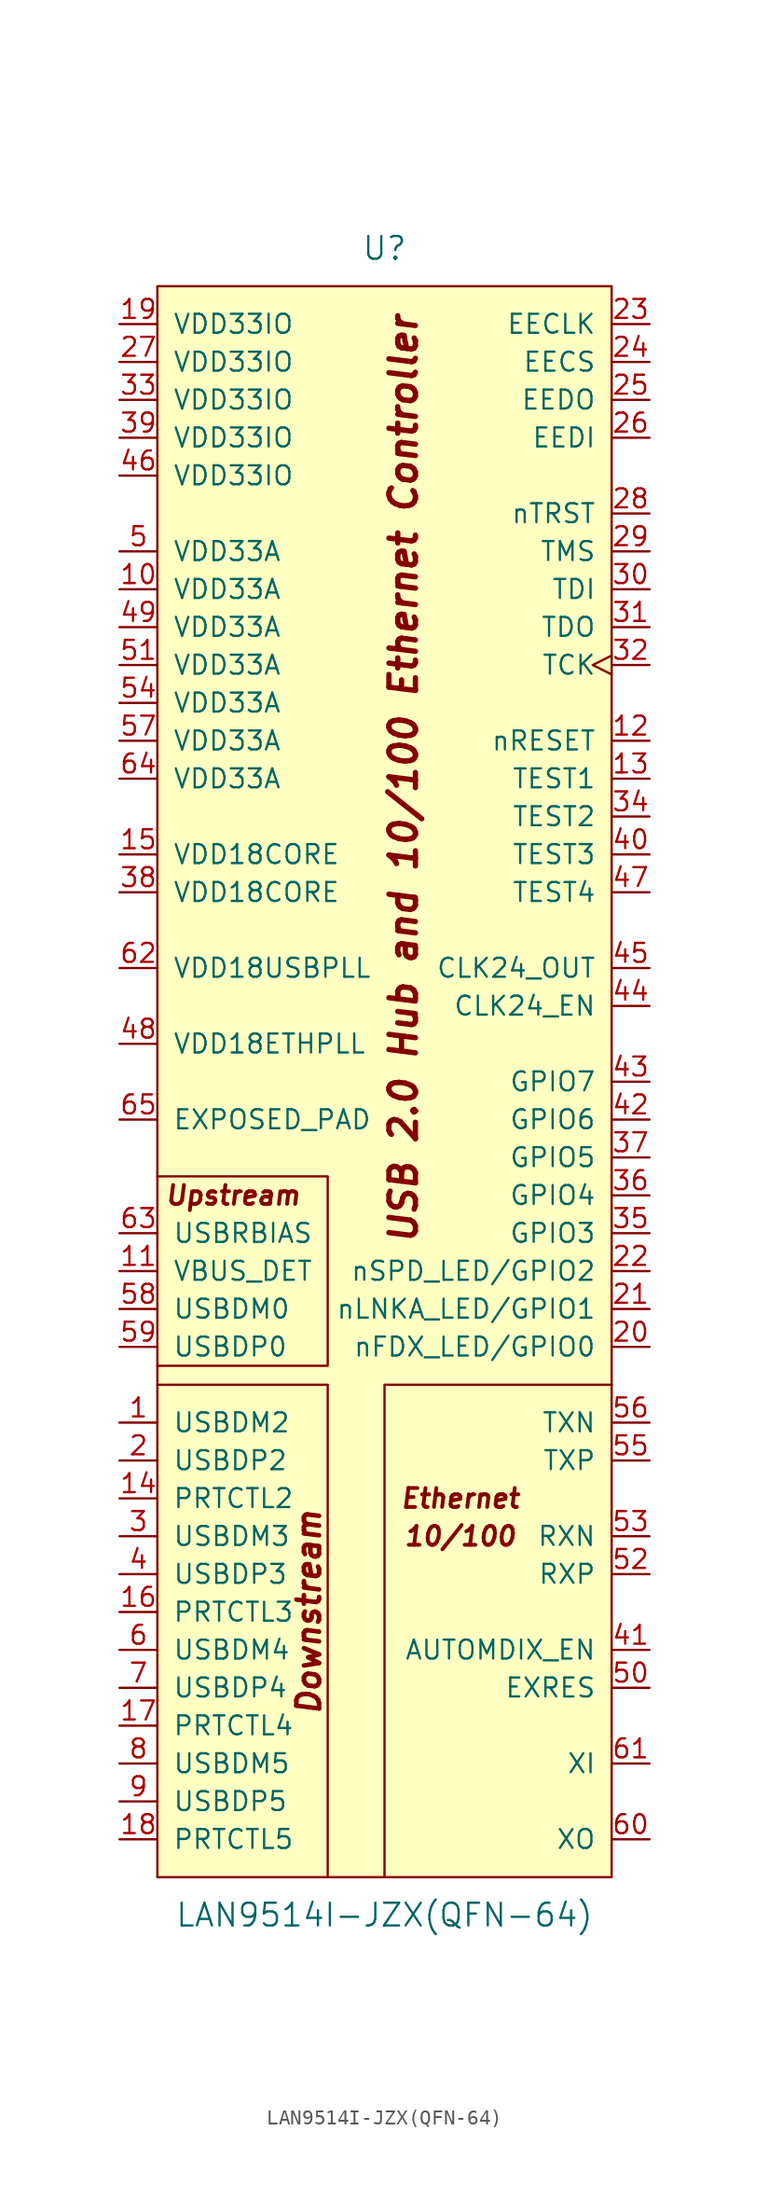
<source format=kicad_sym>
(kicad_symbol_lib
  (version 20220914)
  (generator kicad_symbol_editor)
  (symbol "LAN9514I-JZX(QFN-64)"
    (pin_names
      (offset 1.016))
    (property "Reference" "U"
      (at 0 55.88 0)
      (effects (font (size 1.524 1.524))))
    (property "Value" "LAN9514I-JZX(QFN-64)"
      (at 0 -55.88 0)
      (effects (font (size 1.524 1.524))))
    (symbol "LAN9514I-JZX(QFN-64)_0_0"
      (polyline (pts (xy -15.24 -20.32) (xy -3.81 -20.32) (xy -3.81 -53.34)) (stroke (width 0) (type solid)) (fill (type none)))
      (polyline (pts (xy 15.24 -20.32) (xy 0 -20.32) (xy 0 -53.34)) (stroke (width 0) (type solid)) (fill (type none)))
      (polyline (pts (xy -15.24 -6.35) (xy -5.08 -6.35) (xy -3.81 -6.35) (xy -3.81 -19.05) (xy -10.16 -19.05) (xy -15.24 -19.05)) (stroke (width 0) (type solid)) (fill (type none)))
      (text "10/100" (at 5.08 -30.48 0) (effects (font (size 1.27 1.27) bold italic)))
      (text "Ethernet" (at 5.08 -27.94 0) (effects (font (size 1.27 1.27) bold italic)))
      (text "Upstream" (at -10.16 -7.62 0) (effects (font (size 1.27 1.27) bold italic)))
      (text "USB 2.0 Hub and 10/100 Ethernet Controller" (at 1.27 20.32 900) (effects (font (size 1.778 1.778) bold italic))))
    (symbol "LAN9514I-JZX(QFN-64)_0_1"
      (rectangle (start -15.24 53.34) (end 15.24 -53.34) (stroke (width 0) (type solid)) (fill (type background))))
    (symbol "LAN9514I-JZX(QFN-64)_1_0"
      (text "Downstream" (at -5.08 -35.56 900) (effects (font (size 1.524 1.524) bold italic))))
    (symbol "LAN9514I-JZX(QFN-64)_1_1"
      (pin bidirectional line (at -17.78 -22.86 0) (length 2.54) (name "USBDM2" (effects (font (size 1.27 1.27)))) (number "1" (effects (font (size 1.27 1.27)))))
      (pin power_in line (at -17.78 33.02 0) (length 2.54) (name "VDD33A" (effects (font (size 1.27 1.27)))) (number "10" (effects (font (size 1.27 1.27)))))
      (pin input line (at -17.78 -12.7 0) (length 2.54) (name "VBUS_DET" (effects (font (size 1.27 1.27)))) (number "11" (effects (font (size 1.27 1.27)))))
      (pin input line (at 17.78 22.86 180) (length 2.54) (name "nRESET" (effects (font (size 1.27 1.27)))) (number "12" (effects (font (size 1.27 1.27)))))
      (pin input line (at 17.78 20.32 180) (length 2.54) (name "TEST1" (effects (font (size 1.27 1.27)))) (number "13" (effects (font (size 1.27 1.27)))))
      (pin bidirectional line (at -17.78 -27.94 0) (length 2.54) (name "PRTCTL2" (effects (font (size 1.27 1.27)))) (number "14" (effects (font (size 1.27 1.27)))))
      (pin passive line (at -17.78 15.24 0) (length 2.54) (name "VDD18CORE" (effects (font (size 1.27 1.27)))) (number "15" (effects (font (size 1.27 1.27)))))
      (pin bidirectional line (at -17.78 -35.56 0) (length 2.54) (name "PRTCTL3" (effects (font (size 1.27 1.27)))) (number "16" (effects (font (size 1.27 1.27)))))
      (pin bidirectional line (at -17.78 -43.18 0) (length 2.54) (name "PRTCTL4" (effects (font (size 1.27 1.27)))) (number "17" (effects (font (size 1.27 1.27)))))
      (pin bidirectional line (at -17.78 -50.8 0) (length 2.54) (name "PRTCTL5" (effects (font (size 1.27 1.27)))) (number "18" (effects (font (size 1.27 1.27)))))
      (pin power_in line (at -17.78 50.8 0) (length 2.54) (name "VDD33IO" (effects (font (size 1.27 1.27)))) (number "19" (effects (font (size 1.27 1.27)))))
      (pin bidirectional line (at -17.78 -25.4 0) (length 2.54) (name "USBDP2" (effects (font (size 1.27 1.27)))) (number "2" (effects (font (size 1.27 1.27)))))
      (pin bidirectional line (at 17.78 -17.78 180) (length 2.54) (name "nFDX_LED/GPIO0" (effects (font (size 1.27 1.27)))) (number "20" (effects (font (size 1.27 1.27)))))
      (pin bidirectional line (at 17.78 -15.24 180) (length 2.54) (name "nLNKA_LED/GPIO1" (effects (font (size 1.27 1.27)))) (number "21" (effects (font (size 1.27 1.27)))))
      (pin bidirectional line (at 17.78 -12.7 180) (length 2.54) (name "nSPD_LED/GPIO2" (effects (font (size 1.27 1.27)))) (number "22" (effects (font (size 1.27 1.27)))))
      (pin output line (at 17.78 50.8 180) (length 2.54) (name "EECLK" (effects (font (size 1.27 1.27)))) (number "23" (effects (font (size 1.27 1.27)))))
      (pin output line (at 17.78 48.26 180) (length 2.54) (name "EECS" (effects (font (size 1.27 1.27)))) (number "24" (effects (font (size 1.27 1.27)))))
      (pin output line (at 17.78 45.72 180) (length 2.54) (name "EEDO" (effects (font (size 1.27 1.27)))) (number "25" (effects (font (size 1.27 1.27)))))
      (pin input line (at 17.78 43.18 180) (length 2.54) (name "EEDI" (effects (font (size 1.27 1.27)))) (number "26" (effects (font (size 1.27 1.27)))))
      (pin power_in line (at -17.78 48.26 0) (length 2.54) (name "VDD33IO" (effects (font (size 1.27 1.27)))) (number "27" (effects (font (size 1.27 1.27)))))
      (pin input line (at 17.78 38.1 180) (length 2.54) (name "nTRST" (effects (font (size 1.27 1.27)))) (number "28" (effects (font (size 1.27 1.27)))))
      (pin input line (at 17.78 35.56 180) (length 2.54) (name "TMS" (effects (font (size 1.27 1.27)))) (number "29" (effects (font (size 1.27 1.27)))))
      (pin bidirectional line (at -17.78 -30.48 0) (length 2.54) (name "USBDM3" (effects (font (size 1.27 1.27)))) (number "3" (effects (font (size 1.27 1.27)))))
      (pin input line (at 17.78 33.02 180) (length 2.54) (name "TDI" (effects (font (size 1.27 1.27)))) (number "30" (effects (font (size 1.27 1.27)))))
      (pin output line (at 17.78 30.48 180) (length 2.54) (name "TDO" (effects (font (size 1.27 1.27)))) (number "31" (effects (font (size 1.27 1.27)))))
      (pin input clock (at 17.78 27.94 180) (length 2.54) (name "TCK" (effects (font (size 1.27 1.27)))) (number "32" (effects (font (size 1.27 1.27)))))
      (pin power_in line (at -17.78 45.72 0) (length 2.54) (name "VDD33IO" (effects (font (size 1.27 1.27)))) (number "33" (effects (font (size 1.27 1.27)))))
      (pin input line (at 17.78 17.78 180) (length 2.54) (name "TEST2" (effects (font (size 1.27 1.27)))) (number "34" (effects (font (size 1.27 1.27)))))
      (pin bidirectional line (at 17.78 -10.16 180) (length 2.54) (name "GPIO3" (effects (font (size 1.27 1.27)))) (number "35" (effects (font (size 1.27 1.27)))))
      (pin bidirectional line (at 17.78 -7.62 180) (length 2.54) (name "GPIO4" (effects (font (size 1.27 1.27)))) (number "36" (effects (font (size 1.27 1.27)))))
      (pin bidirectional line (at 17.78 -5.08 180) (length 2.54) (name "GPIO5" (effects (font (size 1.27 1.27)))) (number "37" (effects (font (size 1.27 1.27)))))
      (pin passive line (at -17.78 12.7 0) (length 2.54) (name "VDD18CORE" (effects (font (size 1.27 1.27)))) (number "38" (effects (font (size 1.27 1.27)))))
      (pin power_in line (at -17.78 43.18 0) (length 2.54) (name "VDD33IO" (effects (font (size 1.27 1.27)))) (number "39" (effects (font (size 1.27 1.27)))))
      (pin bidirectional line (at -17.78 -33.02 0) (length 2.54) (name "USBDP3" (effects (font (size 1.27 1.27)))) (number "4" (effects (font (size 1.27 1.27)))))
      (pin input line (at 17.78 15.24 180) (length 2.54) (name "TEST3" (effects (font (size 1.27 1.27)))) (number "40" (effects (font (size 1.27 1.27)))))
      (pin input line (at 17.78 -38.1 180) (length 2.54) (name "AUTOMDIX_EN" (effects (font (size 1.27 1.27)))) (number "41" (effects (font (size 1.27 1.27)))))
      (pin bidirectional line (at 17.78 -2.54 180) (length 2.54) (name "GPIO6" (effects (font (size 1.27 1.27)))) (number "42" (effects (font (size 1.27 1.27)))))
      (pin bidirectional line (at 17.78 0 180) (length 2.54) (name "GPIO7" (effects (font (size 1.27 1.27)))) (number "43" (effects (font (size 1.27 1.27)))))
      (pin input line (at 17.78 5.08 180) (length 2.54) (name "CLK24_EN" (effects (font (size 1.27 1.27)))) (number "44" (effects (font (size 1.27 1.27)))))
      (pin output line (at 17.78 7.62 180) (length 2.54) (name "CLK24_OUT" (effects (font (size 1.27 1.27)))) (number "45" (effects (font (size 1.27 1.27)))))
      (pin power_in line (at -17.78 40.64 0) (length 2.54) (name "VDD33IO" (effects (font (size 1.27 1.27)))) (number "46" (effects (font (size 1.27 1.27)))))
      (pin input line (at 17.78 12.7 180) (length 2.54) (name "TEST4" (effects (font (size 1.27 1.27)))) (number "47" (effects (font (size 1.27 1.27)))))
      (pin power_in line (at -17.78 2.54 0) (length 2.54) (name "VDD18ETHPLL" (effects (font (size 1.27 1.27)))) (number "48" (effects (font (size 1.27 1.27)))))
      (pin power_in line (at -17.78 30.48 0) (length 2.54) (name "VDD33A" (effects (font (size 1.27 1.27)))) (number "49" (effects (font (size 1.27 1.27)))))
      (pin power_in line (at -17.78 35.56 0) (length 2.54) (name "VDD33A" (effects (font (size 1.27 1.27)))) (number "5" (effects (font (size 1.27 1.27)))))
      (pin passive line (at 17.78 -40.64 180) (length 2.54) (name "EXRES" (effects (font (size 1.27 1.27)))) (number "50" (effects (font (size 1.27 1.27)))))
      (pin power_in line (at -17.78 27.94 0) (length 2.54) (name "VDD33A" (effects (font (size 1.27 1.27)))) (number "51" (effects (font (size 1.27 1.27)))))
      (pin bidirectional line (at 17.78 -33.02 180) (length 2.54) (name "RXP" (effects (font (size 1.27 1.27)))) (number "52" (effects (font (size 1.27 1.27)))))
      (pin bidirectional line (at 17.78 -30.48 180) (length 2.54) (name "RXN" (effects (font (size 1.27 1.27)))) (number "53" (effects (font (size 1.27 1.27)))))
      (pin power_in line (at -17.78 25.4 0) (length 2.54) (name "VDD33A" (effects (font (size 1.27 1.27)))) (number "54" (effects (font (size 1.27 1.27)))))
      (pin bidirectional line (at 17.78 -25.4 180) (length 2.54) (name "TXP" (effects (font (size 1.27 1.27)))) (number "55" (effects (font (size 1.27 1.27)))))
      (pin bidirectional line (at 17.78 -22.86 180) (length 2.54) (name "TXN" (effects (font (size 1.27 1.27)))) (number "56" (effects (font (size 1.27 1.27)))))
      (pin power_in line (at -17.78 22.86 0) (length 2.54) (name "VDD33A" (effects (font (size 1.27 1.27)))) (number "57" (effects (font (size 1.27 1.27)))))
      (pin bidirectional line (at -17.78 -15.24 0) (length 2.54) (name "USBDM0" (effects (font (size 1.27 1.27)))) (number "58" (effects (font (size 1.27 1.27)))))
      (pin bidirectional line (at -17.78 -17.78 0) (length 2.54) (name "USBDP0" (effects (font (size 1.27 1.27)))) (number "59" (effects (font (size 1.27 1.27)))))
      (pin bidirectional line (at -17.78 -38.1 0) (length 2.54) (name "USBDM4" (effects (font (size 1.27 1.27)))) (number "6" (effects (font (size 1.27 1.27)))))
      (pin output line (at 17.78 -50.8 180) (length 2.54) (name "XO" (effects (font (size 1.27 1.27)))) (number "60" (effects (font (size 1.27 1.27)))))
      (pin output line (at 17.78 -45.72 180) (length 2.54) (name "XI" (effects (font (size 1.27 1.27)))) (number "61" (effects (font (size 1.27 1.27)))))
      (pin power_out line (at -17.78 7.62 0) (length 2.54) (name "VDD18USBPLL" (effects (font (size 1.27 1.27)))) (number "62" (effects (font (size 1.27 1.27)))))
      (pin passive line (at -17.78 -10.16 0) (length 2.54) (name "USBRBIAS" (effects (font (size 1.27 1.27)))) (number "63" (effects (font (size 1.27 1.27)))))
      (pin power_in line (at -17.78 20.32 0) (length 2.54) (name "VDD33A" (effects (font (size 1.27 1.27)))) (number "64" (effects (font (size 1.27 1.27)))))
      (pin power_in line (at -17.78 -2.54 0) (length 2.54) (name "EXPOSED_PAD" (effects (font (size 1.27 1.27)))) (number "65" (effects (font (size 1.27 1.27)))))
      (pin bidirectional line (at -17.78 -40.64 0) (length 2.54) (name "USBDP4" (effects (font (size 1.27 1.27)))) (number "7" (effects (font (size 1.27 1.27)))))
      (pin bidirectional line (at -17.78 -45.72 0) (length 2.54) (name "USBDM5" (effects (font (size 1.27 1.27)))) (number "8" (effects (font (size 1.27 1.27)))))
      (pin bidirectional line (at -17.78 -48.26 0) (length 2.54) (name "USBDP5" (effects (font (size 1.27 1.27)))) (number "9" (effects (font (size 1.27 1.27))))))))
</source>
